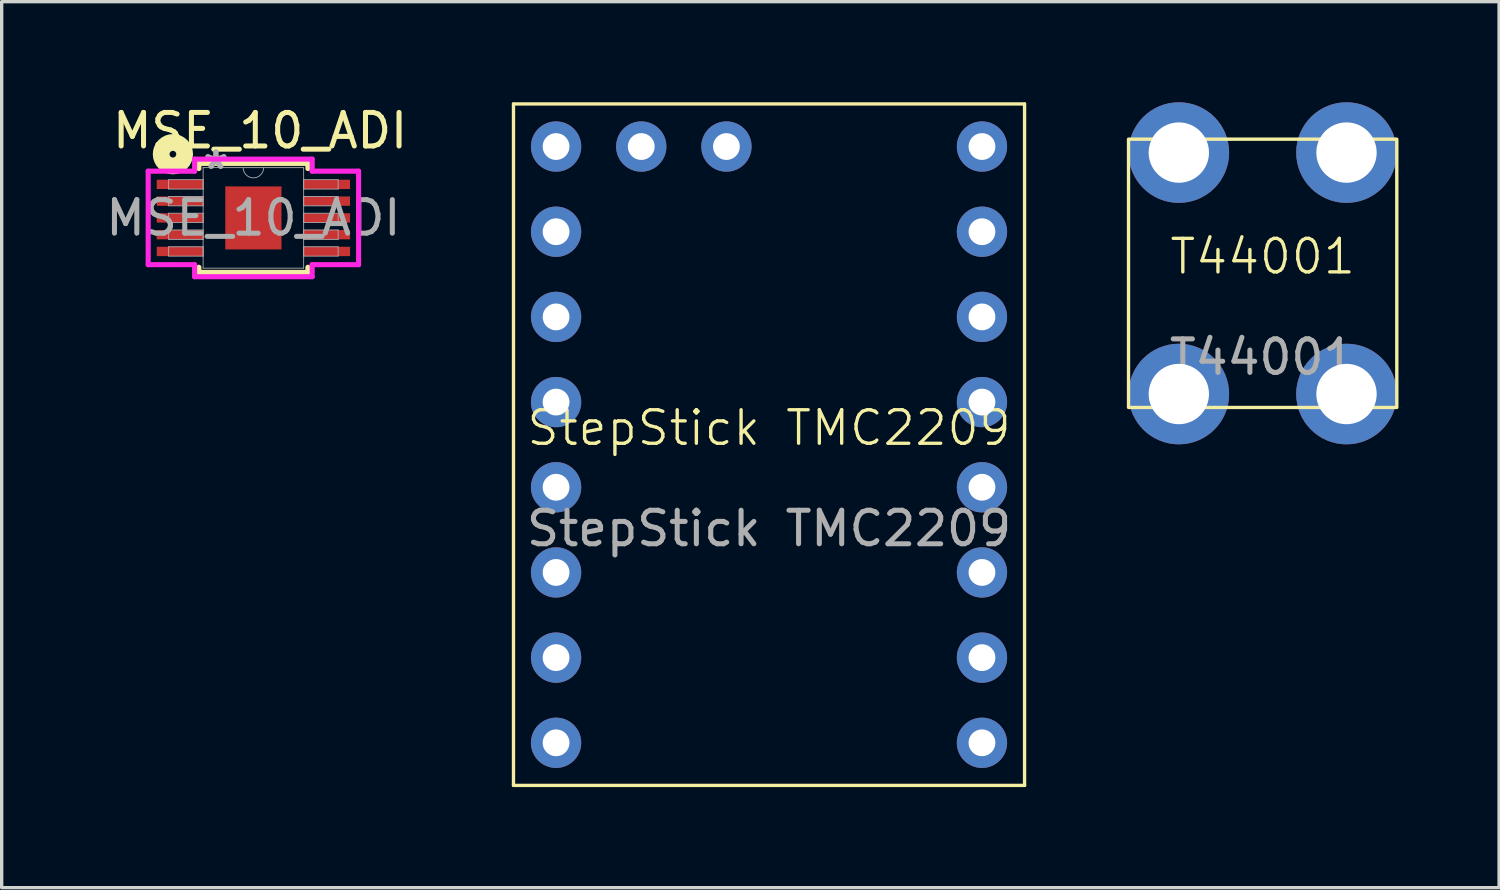
<source format=kicad_pcb>
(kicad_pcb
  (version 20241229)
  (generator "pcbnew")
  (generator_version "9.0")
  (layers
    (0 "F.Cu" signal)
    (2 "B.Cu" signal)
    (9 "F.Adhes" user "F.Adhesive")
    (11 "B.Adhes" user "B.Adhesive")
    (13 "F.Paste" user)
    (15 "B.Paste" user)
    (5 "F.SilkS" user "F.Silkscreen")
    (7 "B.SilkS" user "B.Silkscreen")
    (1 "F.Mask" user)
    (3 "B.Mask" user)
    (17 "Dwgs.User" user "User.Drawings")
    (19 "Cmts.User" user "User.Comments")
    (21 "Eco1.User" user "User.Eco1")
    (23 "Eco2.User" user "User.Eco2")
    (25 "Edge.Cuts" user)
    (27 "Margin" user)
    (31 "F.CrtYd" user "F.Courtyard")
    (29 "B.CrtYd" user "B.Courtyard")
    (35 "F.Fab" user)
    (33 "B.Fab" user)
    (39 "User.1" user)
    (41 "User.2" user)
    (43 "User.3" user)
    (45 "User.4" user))
  (footprint "StepStick TMC2209"
    (layer "F.Cu")
    (at 19.882 10.21)
    (property "Reference" "StepStick TMC2209" (at 0 -0.5 0) (unlocked yes) (layer "F.SilkS") (effects (font (size 1 1) (thickness 0.1))))
    (attr through_hole)
    (fp_line (start -7.62 -10.16) (end 7.62 -10.16) (stroke (width 0.1) (type default)) (layer "F.SilkS"))
    (fp_line (start -7.62 10.16) (end -7.62 -10.16) (stroke (width 0.1) (type default)) (layer "F.SilkS"))
    (fp_line (start 7.62 -10.16) (end 7.62 10.16) (stroke (width 0.1) (type default)) (layer "F.SilkS"))
    (fp_line (start 7.62 10.16) (end -7.62 10.16) (stroke (width 0.1) (type default)) (layer "F.SilkS"))
    (fp_text user "${REFERENCE}" (at 0 2.5 0) (unlocked yes) (layer "F.Fab") (effects (font (size 1 1) (thickness 0.15))))
    (pad "1" thru_hole circle (at -6.35 -8.89) (size 1.5 1.5) (drill 0.8) (layers "*.Cu" "*.Mask"))
    (pad "2" thru_hole circle (at -6.35 -6.35) (size 1.5 1.5) (drill 0.8) (layers "*.Cu" "*.Mask"))
    (pad "3" thru_hole circle (at -6.35 -3.81) (size 1.5 1.5) (drill 0.8) (layers "*.Cu" "*.Mask"))
    (pad "4" thru_hole circle (at -6.35 -1.27) (size 1.5 1.5) (drill 0.8) (layers "*.Cu" "*.Mask"))
    (pad "5" thru_hole circle (at -6.35 1.27) (size 1.5 1.5) (drill 0.8) (layers "*.Cu" "*.Mask"))
    (pad "6" thru_hole circle (at -6.35 3.81) (size 1.5 1.5) (drill 0.8) (layers "*.Cu" "*.Mask"))
    (pad "7" thru_hole circle (at -6.35 6.35) (size 1.5 1.5) (drill 0.8) (layers "*.Cu" "*.Mask"))
    (pad "8" thru_hole circle (at -6.35 8.89) (size 1.5 1.5) (drill 0.8) (layers "*.Cu" "*.Mask"))
    (pad "9" thru_hole circle (at 6.35 8.89) (size 1.5 1.5) (drill 0.8) (layers "*.Cu" "*.Mask"))
    (pad "10" thru_hole circle (at 6.35 6.35) (size 1.5 1.5) (drill 0.8) (layers "*.Cu" "*.Mask"))
    (pad "11" thru_hole circle (at 6.35 3.81) (size 1.5 1.5) (drill 0.8) (layers "*.Cu" "*.Mask"))
    (pad "12" thru_hole circle (at 6.35 1.27) (size 1.5 1.5) (drill 0.8) (layers "*.Cu" "*.Mask"))
    (pad "13" thru_hole circle (at 6.35 -1.27) (size 1.5 1.5) (drill 0.8) (layers "*.Cu" "*.Mask"))
    (pad "14" thru_hole circle (at 6.35 -3.81) (size 1.5 1.5) (drill 0.8) (layers "*.Cu" "*.Mask"))
    (pad "15" thru_hole circle (at 6.35 -6.35) (size 1.5 1.5) (drill 0.8) (layers "*.Cu" "*.Mask"))
    (pad "16" thru_hole circle (at 6.35 -8.89) (size 1.5 1.5) (drill 0.8) (layers "*.Cu" "*.Mask"))
    (pad "17" thru_hole circle (at -1.27 -8.89) (size 1.5 1.5) (drill 0.8) (layers "*.Cu" "*.Mask"))
    (pad "18" thru_hole circle (at -3.81 -8.89) (size 1.5 1.5) (drill 0.8) (layers "*.Cu" "*.Mask")))
  (footprint "T44001"
    (layer "F.Cu")
    (at 34.602 5.1)
    (property "Reference" "T44001" (at 0 -0.5 0) (unlocked yes) (layer "F.SilkS") (effects (font (size 1 1) (thickness 0.1))))
    (attr through_hole)
    (fp_rect (start -4 -4) (end 4 4) (stroke (width 0.1) (type default)) (fill no) (layer "F.SilkS"))
    (fp_text user "${REFERENCE}" (at 0 2.5 0) (unlocked yes) (layer "F.Fab") (effects (font (size 1 1) (thickness 0.15))))
    (pad "1" thru_hole circle (at -2.5 -3.6) (size 3 3) (drill 1.8) (layers "*.Cu" "*.Mask"))
    (pad "1" thru_hole circle (at -2.5 3.6) (size 3 3) (drill 1.8) (layers "*.Cu" "*.Mask"))
    (pad "1" thru_hole circle (at 2.5 -3.6) (size 3 3) (drill 1.8) (layers "*.Cu" "*.Mask"))
    (pad "1" thru_hole circle (at 2.5 3.6) (size 3 3) (drill 1.8) (layers "*.Cu" "*.Mask")))
  (footprint "MSE_10_ADI"
    (layer "F.Cu")
    (at 4.506 3.448)
    (property "Reference" "MSE_10_ADI" (at 0.2 -2.6 0) (unlocked yes) (layer "F.SilkS") (effects (font (size 1 1) (thickness 0.15))))
    (attr smd)
    (fp_line (start -1.626 -1.626) (end -1.626 -1.472) (stroke (width 0.152) (type solid)) (layer "F.SilkS"))
    (fp_line (start -1.626 1.472) (end -1.626 1.626) (stroke (width 0.152) (type solid)) (layer "F.SilkS"))
    (fp_line (start -1.626 1.626) (end 1.626 1.626) (stroke (width 0.152) (type solid)) (layer "F.SilkS"))
    (fp_line (start 1.626 -1.626) (end -1.626 -1.626) (stroke (width 0.152) (type solid)) (layer "F.SilkS"))
    (fp_line (start 1.626 -1.472) (end 1.626 -1.626) (stroke (width 0.152) (type solid)) (layer "F.SilkS"))
    (fp_line (start 1.626 1.626) (end 1.626 1.472) (stroke (width 0.152) (type solid)) (layer "F.SilkS"))
    (fp_circle (center -2.4 -1.9) (end -2.3 -1.9) (stroke (width 0.5) (type default)) (fill no) (layer "F.SilkS"))
    (fp_line (start -3.137 -1.394) (end -1.753 -1.394) (stroke (width 0.152) (type solid)) (layer "F.CrtYd"))
    (fp_line (start -3.137 1.394) (end -3.137 -1.394) (stroke (width 0.152) (type solid)) (layer "F.CrtYd"))
    (fp_line (start -3.137 1.394) (end -1.753 1.394) (stroke (width 0.152) (type solid)) (layer "F.CrtYd"))
    (fp_line (start -1.753 -1.753) (end 1.753 -1.753) (stroke (width 0.152) (type solid)) (layer "F.CrtYd"))
    (fp_line (start -1.753 -1.394) (end -1.753 -1.753) (stroke (width 0.152) (type solid)) (layer "F.CrtYd"))
    (fp_line (start -1.753 1.753) (end -1.753 1.394) (stroke (width 0.152) (type solid)) (layer "F.CrtYd"))
    (fp_line (start 1.753 -1.753) (end 1.753 -1.394) (stroke (width 0.152) (type solid)) (layer "F.CrtYd"))
    (fp_line (start 1.753 1.394) (end 1.753 1.753) (stroke (width 0.152) (type solid)) (layer "F.CrtYd"))
    (fp_line (start 1.753 1.753) (end -1.753 1.753) (stroke (width 0.152) (type solid)) (layer "F.CrtYd"))
    (fp_line (start 3.137 -1.394) (end 1.753 -1.394) (stroke (width 0.152) (type solid)) (layer "F.CrtYd"))
    (fp_line (start 3.137 -1.394) (end 3.137 1.394) (stroke (width 0.152) (type solid)) (layer "F.CrtYd"))
    (fp_line (start 3.137 1.394) (end 1.753 1.394) (stroke (width 0.152) (type solid)) (layer "F.CrtYd"))
    (fp_line (start -2.527 -1.14) (end -2.527 -0.86) (stroke (width 0.025) (type solid)) (layer "F.Fab"))
    (fp_line (start -2.527 -0.86) (end -1.499 -0.86) (stroke (width 0.025) (type solid)) (layer "F.Fab"))
    (fp_line (start -2.527 -0.64) (end -2.527 -0.36) (stroke (width 0.025) (type solid)) (layer "F.Fab"))
    (fp_line (start -2.527 -0.36) (end -1.499 -0.36) (stroke (width 0.025) (type solid)) (layer "F.Fab"))
    (fp_line (start -2.527 -0.14) (end -2.527 0.14) (stroke (width 0.025) (type solid)) (layer "F.Fab"))
    (fp_line (start -2.527 0.14) (end -1.499 0.14) (stroke (width 0.025) (type solid)) (layer "F.Fab"))
    (fp_line (start -2.527 0.36) (end -2.527 0.64) (stroke (width 0.025) (type solid)) (layer "F.Fab"))
    (fp_line (start -2.527 0.64) (end -1.499 0.64) (stroke (width 0.025) (type solid)) (layer "F.Fab"))
    (fp_line (start -2.527 0.86) (end -2.527 1.14) (stroke (width 0.025) (type solid)) (layer "F.Fab"))
    (fp_line (start -2.527 1.14) (end -1.499 1.14) (stroke (width 0.025) (type solid)) (layer "F.Fab"))
    (fp_line (start -1.499 -1.499) (end -1.499 1.499) (stroke (width 0.025) (type solid)) (layer "F.Fab"))
    (fp_line (start -1.499 -1.14) (end -2.527 -1.14) (stroke (width 0.025) (type solid)) (layer "F.Fab"))
    (fp_line (start -1.499 -0.86) (end -1.499 -1.14) (stroke (width 0.025) (type solid)) (layer "F.Fab"))
    (fp_line (start -1.499 -0.64) (end -2.527 -0.64) (stroke (width 0.025) (type solid)) (layer "F.Fab"))
    (fp_line (start -1.499 -0.36) (end -1.499 -0.64) (stroke (width 0.025) (type solid)) (layer "F.Fab"))
    (fp_line (start -1.499 -0.14) (end -2.527 -0.14) (stroke (width 0.025) (type solid)) (layer "F.Fab"))
    (fp_line (start -1.499 0.14) (end -1.499 -0.14) (stroke (width 0.025) (type solid)) (layer "F.Fab"))
    (fp_line (start -1.499 0.36) (end -2.527 0.36) (stroke (width 0.025) (type solid)) (layer "F.Fab"))
    (fp_line (start -1.499 0.64) (end -1.499 0.36) (stroke (width 0.025) (type solid)) (layer "F.Fab"))
    (fp_line (start -1.499 0.86) (end -2.527 0.86) (stroke (width 0.025) (type solid)) (layer "F.Fab"))
    (fp_line (start -1.499 1.14) (end -1.499 0.86) (stroke (width 0.025) (type solid)) (layer "F.Fab"))
    (fp_line (start -1.499 1.499) (end 1.499 1.499) (stroke (width 0.025) (type solid)) (layer "F.Fab"))
    (fp_line (start 1.499 -1.499) (end -1.499 -1.499) (stroke (width 0.025) (type solid)) (layer "F.Fab"))
    (fp_line (start 1.499 -1.14) (end 1.499 -0.86) (stroke (width 0.025) (type solid)) (layer "F.Fab"))
    (fp_line (start 1.499 -0.86) (end 2.527 -0.86) (stroke (width 0.025) (type solid)) (layer "F.Fab"))
    (fp_line (start 1.499 -0.64) (end 1.499 -0.36) (stroke (width 0.025) (type solid)) (layer "F.Fab"))
    (fp_line (start 1.499 -0.36) (end 2.527 -0.36) (stroke (width 0.025) (type solid)) (layer "F.Fab"))
    (fp_line (start 1.499 -0.14) (end 1.499 0.14) (stroke (width 0.025) (type solid)) (layer "F.Fab"))
    (fp_line (start 1.499 0.14) (end 2.527 0.14) (stroke (width 0.025) (type solid)) (layer "F.Fab"))
    (fp_line (start 1.499 0.36) (end 1.499 0.64) (stroke (width 0.025) (type solid)) (layer "F.Fab"))
    (fp_line (start 1.499 0.64) (end 2.527 0.64) (stroke (width 0.025) (type solid)) (layer "F.Fab"))
    (fp_line (start 1.499 0.86) (end 1.499 1.14) (stroke (width 0.025) (type solid)) (layer "F.Fab"))
    (fp_line (start 1.499 1.14) (end 2.527 1.14) (stroke (width 0.025) (type solid)) (layer "F.Fab"))
    (fp_line (start 1.499 1.499) (end 1.499 -1.499) (stroke (width 0.025) (type solid)) (layer "F.Fab"))
    (fp_line (start 2.527 -1.14) (end 1.499 -1.14) (stroke (width 0.025) (type solid)) (layer "F.Fab"))
    (fp_line (start 2.527 -0.86) (end 2.527 -1.14) (stroke (width 0.025) (type solid)) (layer "F.Fab"))
    (fp_line (start 2.527 -0.64) (end 1.499 -0.64) (stroke (width 0.025) (type solid)) (layer "F.Fab"))
    (fp_line (start 2.527 -0.36) (end 2.527 -0.64) (stroke (width 0.025) (type solid)) (layer "F.Fab"))
    (fp_line (start 2.527 -0.14) (end 1.499 -0.14) (stroke (width 0.025) (type solid)) (layer "F.Fab"))
    (fp_line (start 2.527 0.14) (end 2.527 -0.14) (stroke (width 0.025) (type solid)) (layer "F.Fab"))
    (fp_line (start 2.527 0.36) (end 1.499 0.36) (stroke (width 0.025) (type solid)) (layer "F.Fab"))
    (fp_line (start 2.527 0.64) (end 2.527 0.36) (stroke (width 0.025) (type solid)) (layer "F.Fab"))
    (fp_line (start 2.527 0.86) (end 1.499 0.86) (stroke (width 0.025) (type solid)) (layer "F.Fab"))
    (fp_line (start 2.527 1.14) (end 2.527 0.86) (stroke (width 0.025) (type solid)) (layer "F.Fab"))
    (fp_arc (start 0.3048 -1.4986) (mid 0 -1.1938) (end -0.3048 -1.4986) (stroke (width 0.0254) (type solid)) (layer "F.Fab"))
    (fp_text user "*" (at -1.118 -1.422 0) (layer "F.Fab") (effects (font (size 1 1) (thickness 0.15))))
    (fp_text user "*" (at -1.118 -1.422 0) (unlocked yes) (layer "F.Fab") (effects (font (size 1 1) (thickness 0.15))))
    (fp_text user "${REFERENCE}" (at 0 0 0) (unlocked yes) (layer "F.Fab") (effects (font (size 1 1) (thickness 0.15))))
    (pad "1" smd rect (at -2.184 -1) (size 1.397 0.279) (layers "F.Cu" "F.Mask" "F.Paste"))
    (pad "2" smd rect (at -2.184 -0.5) (size 1.397 0.279) (layers "F.Cu" "F.Mask" "F.Paste"))
    (pad "3" smd rect (at -2.184 0) (size 1.397 0.279) (layers "F.Cu" "F.Mask" "F.Paste"))
    (pad "4" smd rect (at -2.184 0.5) (size 1.397 0.279) (layers "F.Cu" "F.Mask" "F.Paste"))
    (pad "5" smd rect (at -2.184 1) (size 1.397 0.279) (layers "F.Cu" "F.Mask" "F.Paste"))
    (pad "6" smd rect (at 2.184 1) (size 1.397 0.279) (layers "F.Cu" "F.Mask" "F.Paste"))
    (pad "7" smd rect (at 2.184 0.5) (size 1.397 0.279) (layers "F.Cu" "F.Mask" "F.Paste"))
    (pad "8" smd rect (at 2.184 0) (size 1.397 0.279) (layers "F.Cu" "F.Mask" "F.Paste"))
    (pad "9" smd rect (at 2.184 -0.5) (size 1.397 0.279) (layers "F.Cu" "F.Mask" "F.Paste"))
    (pad "10" smd rect (at 2.184 -1) (size 1.397 0.279) (layers "F.Cu" "F.Mask" "F.Paste"))
    (pad "EPAD" smd rect (at 0 0) (size 1.676 1.88) (layers "F.Cu" "F.Mask" "F.Paste")))
  (gr_rect
    (start -3 -3)
    (end 41.652 23.42)
    (stroke (width 0.1) (type default))
    (fill no)
    (layer "Edge.Cuts")))
</source>
